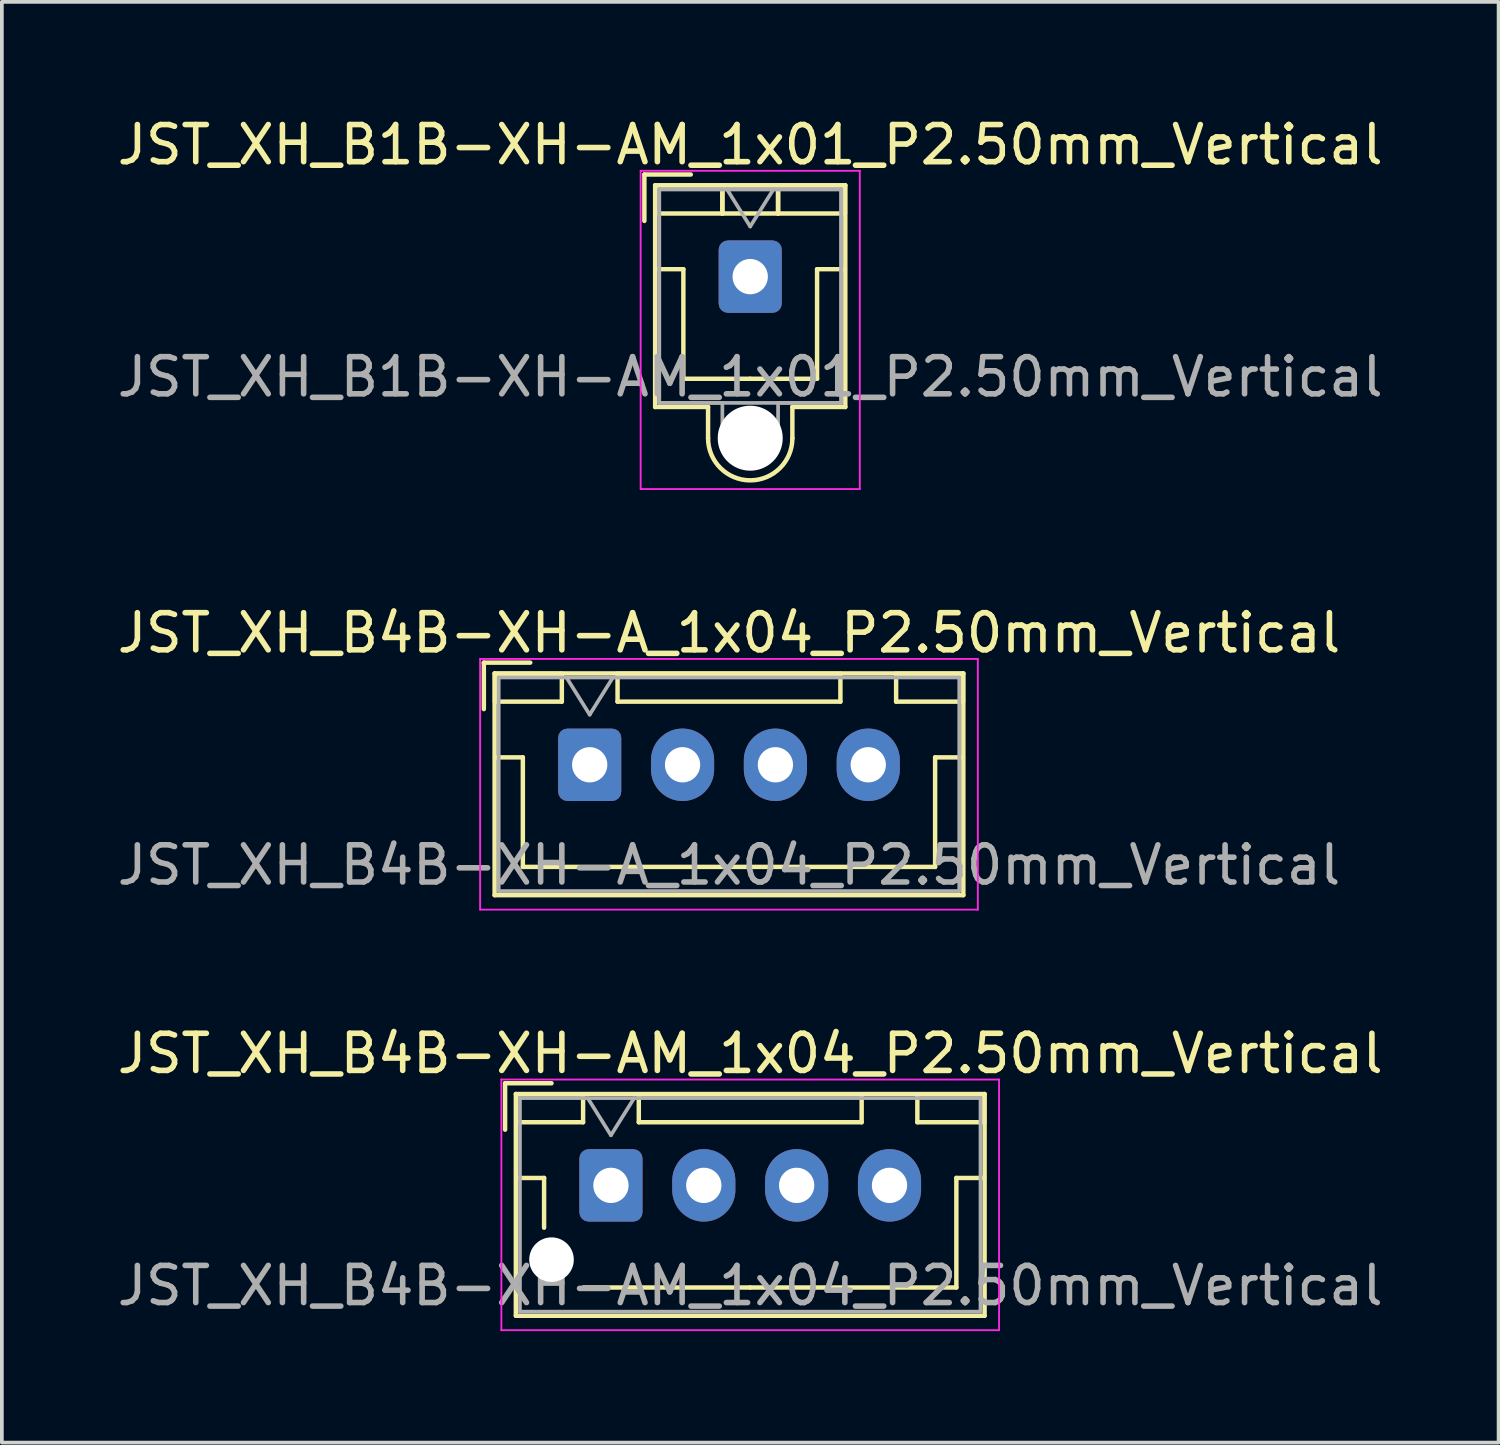
<source format=kicad_pcb>
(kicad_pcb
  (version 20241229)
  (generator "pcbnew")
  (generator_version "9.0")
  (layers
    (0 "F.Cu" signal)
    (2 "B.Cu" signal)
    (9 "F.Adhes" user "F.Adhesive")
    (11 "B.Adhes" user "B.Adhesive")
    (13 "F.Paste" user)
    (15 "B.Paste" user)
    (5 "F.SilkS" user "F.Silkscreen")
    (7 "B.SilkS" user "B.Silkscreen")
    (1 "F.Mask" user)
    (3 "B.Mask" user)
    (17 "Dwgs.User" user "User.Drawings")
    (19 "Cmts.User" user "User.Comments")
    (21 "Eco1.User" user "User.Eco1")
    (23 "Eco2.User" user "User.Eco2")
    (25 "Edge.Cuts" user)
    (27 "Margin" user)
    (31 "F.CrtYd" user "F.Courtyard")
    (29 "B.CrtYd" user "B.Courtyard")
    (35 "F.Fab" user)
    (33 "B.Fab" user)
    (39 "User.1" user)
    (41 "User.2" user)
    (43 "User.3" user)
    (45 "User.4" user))
  (footprint "JST_XH_B4B-XH-A_1x04_P2.50mm_Vertical"
    (layer "F.Cu")
    (at 12.827 17.541)
    (property "Reference" "JST_XH_B4B-XH-A_1x04_P2.50mm_Vertical" (at 3.75 -3.55 0) (layer "F.SilkS") (effects (font (size 1 1) (thickness 0.15))))
    (attr through_hole)
    (fp_line (start -2.85 -2.75) (end -2.85 -1.5) (stroke (width 0.12) (type solid)) (layer "F.SilkS"))
    (fp_line (start -2.56 -2.46) (end -2.56 3.51) (stroke (width 0.12) (type solid)) (layer "F.SilkS"))
    (fp_line (start -2.56 3.51) (end 10.06 3.51) (stroke (width 0.12) (type solid)) (layer "F.SilkS"))
    (fp_line (start -2.55 -2.45) (end -2.55 -1.7) (stroke (width 0.12) (type solid)) (layer "F.SilkS"))
    (fp_line (start -2.55 -1.7) (end -0.75 -1.7) (stroke (width 0.12) (type solid)) (layer "F.SilkS"))
    (fp_line (start -2.55 -0.2) (end -1.8 -0.2) (stroke (width 0.12) (type solid)) (layer "F.SilkS"))
    (fp_line (start -1.8 -0.2) (end -1.8 2.75) (stroke (width 0.12) (type solid)) (layer "F.SilkS"))
    (fp_line (start -1.8 2.75) (end 3.75 2.75) (stroke (width 0.12) (type solid)) (layer "F.SilkS"))
    (fp_line (start -1.6 -2.75) (end -2.85 -2.75) (stroke (width 0.12) (type solid)) (layer "F.SilkS"))
    (fp_line (start -0.75 -2.45) (end -2.55 -2.45) (stroke (width 0.12) (type solid)) (layer "F.SilkS"))
    (fp_line (start -0.75 -1.7) (end -0.75 -2.45) (stroke (width 0.12) (type solid)) (layer "F.SilkS"))
    (fp_line (start 0.75 -2.45) (end 0.75 -1.7) (stroke (width 0.12) (type solid)) (layer "F.SilkS"))
    (fp_line (start 0.75 -1.7) (end 6.75 -1.7) (stroke (width 0.12) (type solid)) (layer "F.SilkS"))
    (fp_line (start 6.75 -2.45) (end 0.75 -2.45) (stroke (width 0.12) (type solid)) (layer "F.SilkS"))
    (fp_line (start 6.75 -1.7) (end 6.75 -2.45) (stroke (width 0.12) (type solid)) (layer "F.SilkS"))
    (fp_line (start 8.25 -2.45) (end 8.25 -1.7) (stroke (width 0.12) (type solid)) (layer "F.SilkS"))
    (fp_line (start 8.25 -1.7) (end 10.05 -1.7) (stroke (width 0.12) (type solid)) (layer "F.SilkS"))
    (fp_line (start 9.3 -0.2) (end 9.3 2.75) (stroke (width 0.12) (type solid)) (layer "F.SilkS"))
    (fp_line (start 9.3 2.75) (end 3.75 2.75) (stroke (width 0.12) (type solid)) (layer "F.SilkS"))
    (fp_line (start 10.05 -2.45) (end 8.25 -2.45) (stroke (width 0.12) (type solid)) (layer "F.SilkS"))
    (fp_line (start 10.05 -1.7) (end 10.05 -2.45) (stroke (width 0.12) (type solid)) (layer "F.SilkS"))
    (fp_line (start 10.05 -0.2) (end 9.3 -0.2) (stroke (width 0.12) (type solid)) (layer "F.SilkS"))
    (fp_line (start 10.06 -2.46) (end -2.56 -2.46) (stroke (width 0.12) (type solid)) (layer "F.SilkS"))
    (fp_line (start 10.06 3.51) (end 10.06 -2.46) (stroke (width 0.12) (type solid)) (layer "F.SilkS"))
    (fp_line (start -2.95 -2.85) (end -2.95 3.9) (stroke (width 0.05) (type solid)) (layer "F.CrtYd"))
    (fp_line (start -2.95 3.9) (end 10.45 3.9) (stroke (width 0.05) (type solid)) (layer "F.CrtYd"))
    (fp_line (start 10.45 -2.85) (end -2.95 -2.85) (stroke (width 0.05) (type solid)) (layer "F.CrtYd"))
    (fp_line (start 10.45 3.9) (end 10.45 -2.85) (stroke (width 0.05) (type solid)) (layer "F.CrtYd"))
    (fp_line (start -2.45 -2.35) (end -2.45 3.4) (stroke (width 0.1) (type solid)) (layer "F.Fab"))
    (fp_line (start -2.45 3.4) (end 9.95 3.4) (stroke (width 0.1) (type solid)) (layer "F.Fab"))
    (fp_line (start -0.625 -2.35) (end 0 -1.35) (stroke (width 0.1) (type solid)) (layer "F.Fab"))
    (fp_line (start 0 -1.35) (end 0.625 -2.35) (stroke (width 0.1) (type solid)) (layer "F.Fab"))
    (fp_line (start 9.95 -2.35) (end -2.45 -2.35) (stroke (width 0.1) (type solid)) (layer "F.Fab"))
    (fp_line (start 9.95 3.4) (end 9.95 -2.35) (stroke (width 0.1) (type solid)) (layer "F.Fab"))
    (fp_text user "${REFERENCE}" (at 3.75 2.7 0) (layer "F.Fab") (effects (font (size 1 1) (thickness 0.15))))
    (pad "1" thru_hole roundrect (at 0 0) (size 1.7 1.95) (drill 0.95) (layers "*.Cu" "*.Mask") (roundrect_rratio 0.147))
    (pad "2" thru_hole oval (at 2.5 0) (size 1.7 1.95) (drill 0.95) (layers "*.Cu" "*.Mask"))
    (pad "3" thru_hole oval (at 5 0) (size 1.7 1.95) (drill 0.95) (layers "*.Cu" "*.Mask"))
    (pad "4" thru_hole oval (at 7.5 0) (size 1.7 1.95) (drill 0.95) (layers "*.Cu" "*.Mask")))
  (footprint "JST_XH_B4B-XH-AM_1x04_P2.50mm_Vertical"
    (layer "F.Cu")
    (at 13.399 28.865)
    (property "Reference" "JST_XH_B4B-XH-AM_1x04_P2.50mm_Vertical" (at 3.75 -3.55 0) (layer "F.SilkS") (effects (font (size 1 1) (thickness 0.15))))
    (attr through_hole)
    (fp_line (start -2.85 -2.75) (end -2.85 -1.5) (stroke (width 0.12) (type solid)) (layer "F.SilkS"))
    (fp_line (start -2.56 -2.46) (end -2.56 3.51) (stroke (width 0.12) (type solid)) (layer "F.SilkS"))
    (fp_line (start -2.56 3.51) (end 10.06 3.51) (stroke (width 0.12) (type solid)) (layer "F.SilkS"))
    (fp_line (start -2.55 -2.45) (end -2.55 -1.7) (stroke (width 0.12) (type solid)) (layer "F.SilkS"))
    (fp_line (start -2.55 -1.7) (end -0.75 -1.7) (stroke (width 0.12) (type solid)) (layer "F.SilkS"))
    (fp_line (start -2.55 -0.2) (end -1.8 -0.2) (stroke (width 0.12) (type solid)) (layer "F.SilkS"))
    (fp_line (start -1.8 -0.2) (end -1.8 1.14) (stroke (width 0.12) (type solid)) (layer "F.SilkS"))
    (fp_line (start -1.6 -2.75) (end -2.85 -2.75) (stroke (width 0.12) (type solid)) (layer "F.SilkS"))
    (fp_line (start -0.75 -2.45) (end -2.55 -2.45) (stroke (width 0.12) (type solid)) (layer "F.SilkS"))
    (fp_line (start -0.75 -1.7) (end -0.75 -2.45) (stroke (width 0.12) (type solid)) (layer "F.SilkS"))
    (fp_line (start 0.75 -2.45) (end 0.75 -1.7) (stroke (width 0.12) (type solid)) (layer "F.SilkS"))
    (fp_line (start 0.75 -1.7) (end 6.75 -1.7) (stroke (width 0.12) (type solid)) (layer "F.SilkS"))
    (fp_line (start 3.75 2.75) (end -0.74 2.75) (stroke (width 0.12) (type solid)) (layer "F.SilkS"))
    (fp_line (start 6.75 -2.45) (end 0.75 -2.45) (stroke (width 0.12) (type solid)) (layer "F.SilkS"))
    (fp_line (start 6.75 -1.7) (end 6.75 -2.45) (stroke (width 0.12) (type solid)) (layer "F.SilkS"))
    (fp_line (start 8.25 -2.45) (end 8.25 -1.7) (stroke (width 0.12) (type solid)) (layer "F.SilkS"))
    (fp_line (start 8.25 -1.7) (end 10.05 -1.7) (stroke (width 0.12) (type solid)) (layer "F.SilkS"))
    (fp_line (start 9.3 -0.2) (end 9.3 2.75) (stroke (width 0.12) (type solid)) (layer "F.SilkS"))
    (fp_line (start 9.3 2.75) (end 3.75 2.75) (stroke (width 0.12) (type solid)) (layer "F.SilkS"))
    (fp_line (start 10.05 -2.45) (end 8.25 -2.45) (stroke (width 0.12) (type solid)) (layer "F.SilkS"))
    (fp_line (start 10.05 -1.7) (end 10.05 -2.45) (stroke (width 0.12) (type solid)) (layer "F.SilkS"))
    (fp_line (start 10.05 -0.2) (end 9.3 -0.2) (stroke (width 0.12) (type solid)) (layer "F.SilkS"))
    (fp_line (start 10.06 -2.46) (end -2.56 -2.46) (stroke (width 0.12) (type solid)) (layer "F.SilkS"))
    (fp_line (start 10.06 3.51) (end 10.06 -2.46) (stroke (width 0.12) (type solid)) (layer "F.SilkS"))
    (fp_line (start -2.95 -2.85) (end -2.95 3.9) (stroke (width 0.05) (type solid)) (layer "F.CrtYd"))
    (fp_line (start -2.95 3.9) (end 10.45 3.9) (stroke (width 0.05) (type solid)) (layer "F.CrtYd"))
    (fp_line (start 10.45 -2.85) (end -2.95 -2.85) (stroke (width 0.05) (type solid)) (layer "F.CrtYd"))
    (fp_line (start 10.45 3.9) (end 10.45 -2.85) (stroke (width 0.05) (type solid)) (layer "F.CrtYd"))
    (fp_line (start -2.45 -2.35) (end -2.45 3.4) (stroke (width 0.1) (type solid)) (layer "F.Fab"))
    (fp_line (start -2.45 3.4) (end 9.95 3.4) (stroke (width 0.1) (type solid)) (layer "F.Fab"))
    (fp_line (start -0.625 -2.35) (end 0 -1.35) (stroke (width 0.1) (type solid)) (layer "F.Fab"))
    (fp_line (start 0 -1.35) (end 0.625 -2.35) (stroke (width 0.1) (type solid)) (layer "F.Fab"))
    (fp_line (start 9.95 -2.35) (end -2.45 -2.35) (stroke (width 0.1) (type solid)) (layer "F.Fab"))
    (fp_line (start 9.95 3.4) (end 9.95 -2.35) (stroke (width 0.1) (type solid)) (layer "F.Fab"))
    (fp_text user "${REFERENCE}" (at 3.75 2.7 0) (layer "F.Fab") (effects (font (size 1 1) (thickness 0.15))))
    (pad "" np_thru_hole circle (at -1.6 2) (size 1.2 1.2) (drill 1.2) (layers "*.Cu" "*.Mask"))
    (pad "1" thru_hole roundrect (at 0 0) (size 1.7 1.95) (drill 0.95) (layers "*.Cu" "*.Mask") (roundrect_rratio 0.147))
    (pad "2" thru_hole oval (at 2.5 0) (size 1.7 1.95) (drill 0.95) (layers "*.Cu" "*.Mask"))
    (pad "3" thru_hole oval (at 5 0) (size 1.7 1.95) (drill 0.95) (layers "*.Cu" "*.Mask"))
    (pad "4" thru_hole oval (at 7.5 0) (size 1.7 1.95) (drill 0.95) (layers "*.Cu" "*.Mask")))
  (footprint "JST_XH_B1B-XH-AM_1x01_P2.50mm_Vertical"
    (layer "F.Cu")
    (at 17.149 4.398)
    (property "Reference" "JST_XH_B1B-XH-AM_1x01_P2.50mm_Vertical" (at 0 -3.55 0) (layer "F.SilkS") (effects (font (size 1 1) (thickness 0.15))))
    (attr through_hole)
    (fp_line (start -2.85 -2.75) (end -2.85 -1.5) (stroke (width 0.12) (type solid)) (layer "F.SilkS"))
    (fp_line (start -2.56 -2.46) (end 2.56 -2.46) (stroke (width 0.12) (type solid)) (layer "F.SilkS"))
    (fp_line (start -2.56 3.51) (end -2.56 -2.46) (stroke (width 0.12) (type solid)) (layer "F.SilkS"))
    (fp_line (start -2.55 -2.45) (end -2.55 -1.7) (stroke (width 0.12) (type solid)) (layer "F.SilkS"))
    (fp_line (start -2.55 -1.7) (end -0.75 -1.7) (stroke (width 0.12) (type solid)) (layer "F.SilkS"))
    (fp_line (start -2.55 -0.2) (end -1.8 -0.2) (stroke (width 0.12) (type solid)) (layer "F.SilkS"))
    (fp_line (start -1.8 -0.2) (end -1.8 2.75) (stroke (width 0.12) (type solid)) (layer "F.SilkS"))
    (fp_line (start -1.8 2.75) (end 0 2.75) (stroke (width 0.12) (type solid)) (layer "F.SilkS"))
    (fp_line (start -1.6 -2.75) (end -2.85 -2.75) (stroke (width 0.12) (type solid)) (layer "F.SilkS"))
    (fp_line (start -1.135 3.51) (end -2.56 3.51) (stroke (width 0.12) (type solid)) (layer "F.SilkS"))
    (fp_line (start -1.135 4.35) (end -1.135 3.51) (stroke (width 0.12) (type solid)) (layer "F.SilkS"))
    (fp_line (start -0.75 -2.45) (end -2.55 -2.45) (stroke (width 0.12) (type solid)) (layer "F.SilkS"))
    (fp_line (start -0.75 -2.45) (end 0.75 -2.45) (stroke (width 0.12) (type solid)) (layer "F.SilkS"))
    (fp_line (start -0.75 -1.7) (end -0.75 -2.45) (stroke (width 0.12) (type solid)) (layer "F.SilkS"))
    (fp_line (start -0.75 -1.7) (end -0.75 -2.45) (stroke (width 0.12) (type solid)) (layer "F.SilkS"))
    (fp_line (start 0.75 -2.45) (end 0.75 -1.7) (stroke (width 0.12) (type solid)) (layer "F.SilkS"))
    (fp_line (start 0.75 -2.45) (end 0.75 -1.7) (stroke (width 0.12) (type solid)) (layer "F.SilkS"))
    (fp_line (start 0.75 -1.7) (end -0.75 -1.7) (stroke (width 0.12) (type solid)) (layer "F.SilkS"))
    (fp_line (start 0.75 -1.7) (end 2.55 -1.7) (stroke (width 0.12) (type solid)) (layer "F.SilkS"))
    (fp_line (start 1.135 3.51) (end 1.135 4.35) (stroke (width 0.12) (type solid)) (layer "F.SilkS"))
    (fp_line (start 1.8 -0.2) (end 1.8 2.75) (stroke (width 0.12) (type solid)) (layer "F.SilkS"))
    (fp_line (start 1.8 2.75) (end 0 2.75) (stroke (width 0.12) (type solid)) (layer "F.SilkS"))
    (fp_line (start 2.55 -2.45) (end 0.75 -2.45) (stroke (width 0.12) (type solid)) (layer "F.SilkS"))
    (fp_line (start 2.55 -1.7) (end 2.55 -2.45) (stroke (width 0.12) (type solid)) (layer "F.SilkS"))
    (fp_line (start 2.55 -0.2) (end 1.8 -0.2) (stroke (width 0.12) (type solid)) (layer "F.SilkS"))
    (fp_line (start 2.56 -2.46) (end 2.56 3.51) (stroke (width 0.12) (type solid)) (layer "F.SilkS"))
    (fp_line (start 2.56 3.51) (end 1.135 3.51) (stroke (width 0.12) (type solid)) (layer "F.SilkS"))
    (fp_arc (start 1.135 4.35) (mid 0 5.485) (end -1.135 4.35) (stroke (width 0.12) (type solid)) (layer "F.SilkS"))
    (fp_line (start -2.95 -2.85) (end -2.95 5.72) (stroke (width 0.05) (type solid)) (layer "F.CrtYd"))
    (fp_line (start -2.95 5.72) (end 2.95 5.72) (stroke (width 0.05) (type solid)) (layer "F.CrtYd"))
    (fp_line (start 2.95 -2.85) (end -2.95 -2.85) (stroke (width 0.05) (type solid)) (layer "F.CrtYd"))
    (fp_line (start 2.95 5.72) (end 2.95 -2.85) (stroke (width 0.05) (type solid)) (layer "F.CrtYd"))
    (fp_line (start -2.45 -2.35) (end -2.45 3.4) (stroke (width 0.1) (type solid)) (layer "F.Fab"))
    (fp_line (start -2.45 -2.35) (end 2.45 -2.35) (stroke (width 0.1) (type solid)) (layer "F.Fab"))
    (fp_line (start -2.45 3.4) (end -2.45 -2.35) (stroke (width 0.1) (type solid)) (layer "F.Fab"))
    (fp_line (start -2.45 3.4) (end 2.45 3.4) (stroke (width 0.1) (type solid)) (layer "F.Fab"))
    (fp_line (start -0.75 3.4) (end -2.45 3.4) (stroke (width 0.1) (type solid)) (layer "F.Fab"))
    (fp_line (start -0.75 4.35) (end -0.75 3.4) (stroke (width 0.1) (type solid)) (layer "F.Fab"))
    (fp_line (start -0.625 -2.35) (end 0 -1.35) (stroke (width 0.1) (type solid)) (layer "F.Fab"))
    (fp_line (start 0 -1.35) (end 0.625 -2.35) (stroke (width 0.1) (type solid)) (layer "F.Fab"))
    (fp_line (start 0.75 3.4) (end 0.75 4.35) (stroke (width 0.1) (type solid)) (layer "F.Fab"))
    (fp_line (start 2.45 -2.35) (end -2.45 -2.35) (stroke (width 0.1) (type solid)) (layer "F.Fab"))
    (fp_line (start 2.45 -2.35) (end 2.45 3.4) (stroke (width 0.1) (type solid)) (layer "F.Fab"))
    (fp_line (start 2.45 3.4) (end 0.75 3.4) (stroke (width 0.1) (type solid)) (layer "F.Fab"))
    (fp_line (start 2.45 3.4) (end 2.45 -2.35) (stroke (width 0.1) (type solid)) (layer "F.Fab"))
    (fp_arc (start 0.75 4.35) (mid 0 5.1) (end -0.75 4.35) (stroke (width 0.1) (type solid)) (layer "F.Fab"))
    (fp_text user "${REFERENCE}" (at 0 2.7 0) (layer "F.Fab") (effects (font (size 1 1) (thickness 0.15))))
    (pad "" np_thru_hole circle (at 0 4.35) (size 1.75 1.75) (drill 1.75) (layers "*.Cu" "*.Mask"))
    (pad "1" thru_hole roundrect (at 0 0) (size 1.7 1.95) (drill 0.95) (layers "*.Cu" "*.Mask") (roundrect_rratio 0.147)))
  (gr_rect
    (start -3 -3)
    (end 37.298 35.79)
    (stroke (width 0.1) (type default))
    (fill no)
    (layer "Edge.Cuts")))
</source>
